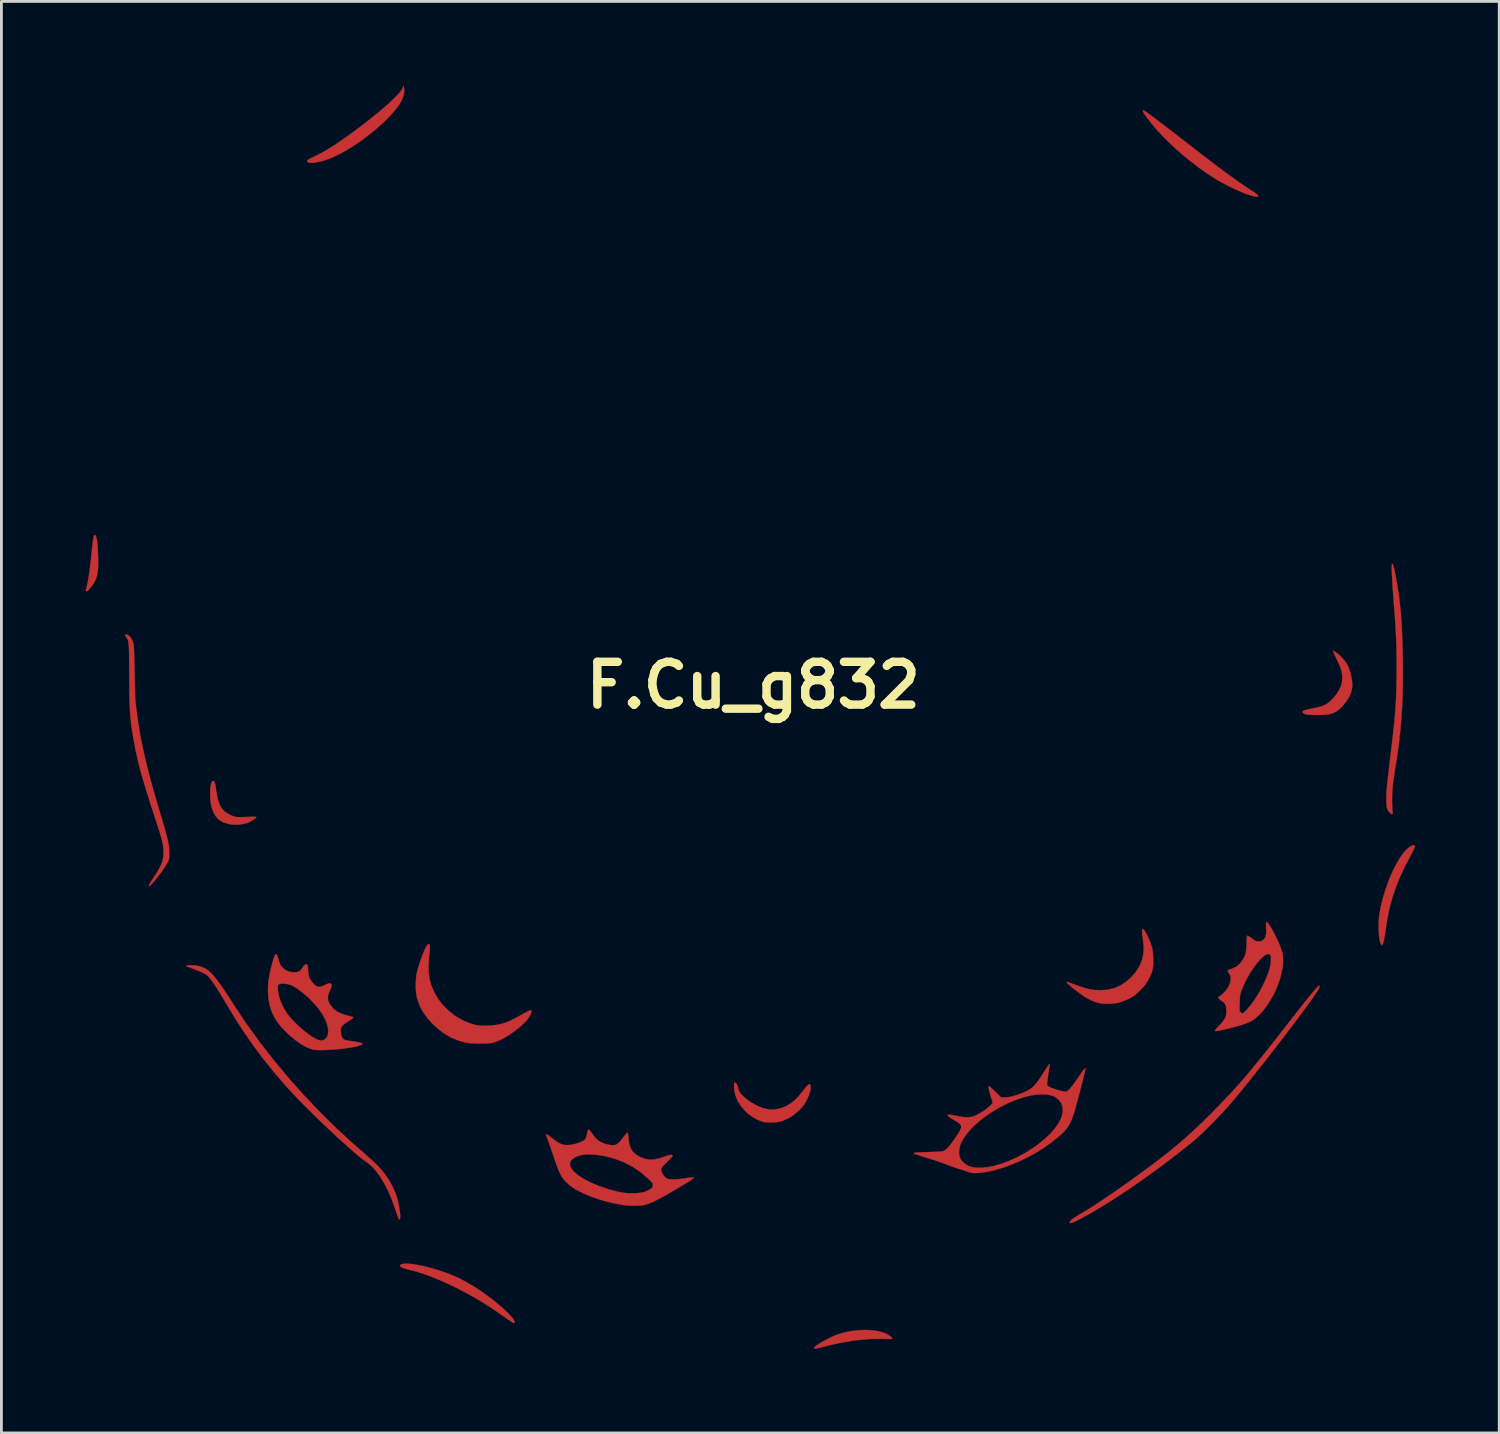
<source format=kicad_pcb>
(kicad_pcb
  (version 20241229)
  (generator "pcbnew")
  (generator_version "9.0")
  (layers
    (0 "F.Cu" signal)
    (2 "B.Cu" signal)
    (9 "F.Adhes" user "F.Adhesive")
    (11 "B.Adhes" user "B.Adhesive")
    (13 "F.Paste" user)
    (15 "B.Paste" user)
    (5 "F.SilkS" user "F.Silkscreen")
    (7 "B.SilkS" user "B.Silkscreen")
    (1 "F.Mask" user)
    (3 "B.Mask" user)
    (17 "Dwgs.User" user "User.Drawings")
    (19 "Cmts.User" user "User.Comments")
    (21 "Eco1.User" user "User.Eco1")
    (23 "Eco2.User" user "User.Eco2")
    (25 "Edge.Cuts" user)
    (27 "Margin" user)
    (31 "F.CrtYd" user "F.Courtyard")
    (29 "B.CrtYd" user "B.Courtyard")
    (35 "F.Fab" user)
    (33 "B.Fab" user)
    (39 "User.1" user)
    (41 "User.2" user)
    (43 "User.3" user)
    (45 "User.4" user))
  (footprint "F.Cu_g832"
    (layer "F.Cu")
    (at 23.775 21.352)
    (property "Reference" "F.Cu_g832" (at 0 0 0) (layer "F.SilkS") (effects (font (size 1.524 1.524) (thickness 0.3))))
    (attr through_hole)
    (fp_poly (pts (xy 4.216 22.969) (xy 4.433 22.999) (xy 4.625 23.049) (xy 4.71 23.082) (xy 4.786 23.121) (xy 4.858 23.168) (xy 4.915 23.214) (xy 4.948 23.253) (xy 4.953 23.267) (xy 4.935 23.277) (xy 4.882 23.281) (xy 4.79 23.281) (xy 4.657 23.276) (xy 4.651 23.276) (xy 4.308 23.274) (xy 3.937 23.296) (xy 3.543 23.342) (xy 3.132 23.411) (xy 2.71 23.503) (xy 2.485 23.56) (xy 2.356 23.593) (xy 2.263 23.613) (xy 2.202 23.62) (xy 2.17 23.616) (xy 2.163 23.599) (xy 2.164 23.596) (xy 2.191 23.56) (xy 2.251 23.511) (xy 2.337 23.453) (xy 2.443 23.389) (xy 2.562 23.322) (xy 2.688 23.257) (xy 2.815 23.197) (xy 2.936 23.145) (xy 3.01 23.117) (xy 3.241 23.049) (xy 3.485 22.999) (xy 3.734 22.97) (xy 3.98 22.959) (xy 4.216 22.969)) (stroke (width 0.01) (type solid)) (fill yes) (layer "F.Cu"))
    (fp_poly (pts (xy -23.422 -5.334) (xy -23.397 -5.272) (xy -23.375 -5.17) (xy -23.357 -5.03) (xy -23.343 -4.852) (xy -23.333 -4.637) (xy -23.332 -4.614) (xy -23.328 -4.406) (xy -23.33 -4.232) (xy -23.34 -4.088) (xy -23.357 -3.966) (xy -23.383 -3.859) (xy -23.419 -3.762) (xy -23.442 -3.712) (xy -23.486 -3.633) (xy -23.542 -3.551) (xy -23.602 -3.473) (xy -23.66 -3.407) (xy -23.71 -3.362) (xy -23.745 -3.344) (xy -23.745 -3.344) (xy -23.766 -3.362) (xy -23.77 -3.384) (xy -23.763 -3.429) (xy -23.746 -3.491) (xy -23.74 -3.51) (xy -23.716 -3.595) (xy -23.69 -3.72) (xy -23.663 -3.88) (xy -23.636 -4.073) (xy -23.608 -4.295) (xy -23.581 -4.543) (xy -23.569 -4.655) (xy -23.549 -4.854) (xy -23.531 -5.014) (xy -23.515 -5.139) (xy -23.5 -5.232) (xy -23.486 -5.297) (xy -23.472 -5.336) (xy -23.458 -5.353) (xy -23.451 -5.355) (xy -23.422 -5.334)) (stroke (width 0.01) (type solid)) (fill yes) (layer "F.Cu"))
    (fp_poly (pts (xy 23.54 5.698) (xy 23.558 5.732) (xy 23.558 5.741) (xy 23.549 5.777) (xy 23.521 5.841) (xy 23.481 5.925) (xy 23.431 6.02) (xy 23.419 6.043) (xy 23.204 6.453) (xy 23.022 6.846) (xy 22.869 7.231) (xy 22.743 7.613) (xy 22.643 8.002) (xy 22.564 8.403) (xy 22.521 8.69) (xy 22.494 8.88) (xy 22.468 9.033) (xy 22.442 9.149) (xy 22.417 9.225) (xy 22.394 9.261) (xy 22.394 9.261) (xy 22.373 9.252) (xy 22.348 9.214) (xy 22.34 9.197) (xy 22.312 9.103) (xy 22.291 8.977) (xy 22.276 8.826) (xy 22.269 8.66) (xy 22.27 8.488) (xy 22.278 8.32) (xy 22.295 8.163) (xy 22.3 8.128) (xy 22.351 7.862) (xy 22.419 7.588) (xy 22.502 7.312) (xy 22.596 7.041) (xy 22.7 6.779) (xy 22.812 6.535) (xy 22.928 6.313) (xy 23.046 6.119) (xy 23.163 5.96) (xy 23.193 5.925) (xy 23.283 5.834) (xy 23.366 5.763) (xy 23.44 5.716) (xy 23.499 5.693) (xy 23.54 5.698)) (stroke (width 0.01) (type solid)) (fill yes) (layer "F.Cu"))
    (fp_poly (pts (xy 13.933 -20.453) (xy 13.972 -20.43) (xy 14.043 -20.38) (xy 14.148 -20.304) (xy 14.285 -20.201) (xy 14.455 -20.072) (xy 14.659 -19.916) (xy 14.895 -19.734) (xy 15.164 -19.526) (xy 15.325 -19.401) (xy 15.667 -19.136) (xy 15.978 -18.896) (xy 16.262 -18.679) (xy 16.52 -18.484) (xy 16.754 -18.309) (xy 16.968 -18.151) (xy 17.163 -18.011) (xy 17.342 -17.885) (xy 17.507 -17.772) (xy 17.66 -17.67) (xy 17.764 -17.603) (xy 17.876 -17.528) (xy 17.95 -17.47) (xy 17.985 -17.43) (xy 17.981 -17.406) (xy 17.938 -17.399) (xy 17.857 -17.409) (xy 17.769 -17.428) (xy 17.638 -17.467) (xy 17.479 -17.525) (xy 17.301 -17.599) (xy 17.111 -17.685) (xy 16.917 -17.779) (xy 16.727 -17.878) (xy 16.549 -17.978) (xy 16.508 -18.003) (xy 16.187 -18.208) (xy 15.866 -18.434) (xy 15.548 -18.677) (xy 15.24 -18.932) (xy 14.945 -19.195) (xy 14.668 -19.462) (xy 14.415 -19.729) (xy 14.189 -19.991) (xy 13.995 -20.244) (xy 13.917 -20.357) (xy 13.88 -20.423) (xy 13.874 -20.459) (xy 13.898 -20.465) (xy 13.933 -20.453)) (stroke (width 0.01) (type solid)) (fill yes) (layer "F.Cu"))
    (fp_poly (pts (xy -12.435 -21.266) (xy -12.427 -21.141) (xy -12.45 -21.009) (xy -12.507 -20.86) (xy -12.514 -20.845) (xy -12.605 -20.685) (xy -12.73 -20.512) (xy -12.886 -20.33) (xy -13.068 -20.14) (xy -13.271 -19.948) (xy -13.492 -19.757) (xy -13.726 -19.569) (xy -13.969 -19.389) (xy -14.217 -19.22) (xy -14.465 -19.065) (xy -14.709 -18.929) (xy -14.945 -18.813) (xy -15.06 -18.764) (xy -15.21 -18.709) (xy -15.358 -18.665) (xy -15.499 -18.632) (xy -15.627 -18.611) (xy -15.736 -18.603) (xy -15.819 -18.61) (xy -15.869 -18.631) (xy -15.874 -18.636) (xy -15.889 -18.673) (xy -15.885 -18.692) (xy -15.86 -18.71) (xy -15.806 -18.741) (xy -15.73 -18.78) (xy -15.655 -18.816) (xy -15.478 -18.903) (xy -15.299 -19) (xy -15.114 -19.109) (xy -14.917 -19.233) (xy -14.705 -19.375) (xy -14.473 -19.538) (xy -14.215 -19.726) (xy -14.097 -19.813) (xy -13.848 -20.003) (xy -13.611 -20.188) (xy -13.39 -20.367) (xy -13.188 -20.538) (xy -13.005 -20.698) (xy -12.846 -20.846) (xy -12.713 -20.978) (xy -12.607 -21.093) (xy -12.532 -21.188) (xy -12.494 -21.251) (xy -12.45 -21.347) (xy -12.435 -21.266)) (stroke (width 0.01) (type solid)) (fill yes) (layer "F.Cu"))
    (fp_poly (pts (xy -19.206 3.416) (xy -19.187 3.443) (xy -19.169 3.495) (xy -19.152 3.577) (xy -19.134 3.693) (xy -19.124 3.768) (xy -19.084 3.998) (xy -19.03 4.188) (xy -18.961 4.338) (xy -18.934 4.381) (xy -18.855 4.468) (xy -18.746 4.552) (xy -18.619 4.623) (xy -18.531 4.659) (xy -18.481 4.676) (xy -18.434 4.687) (xy -18.383 4.694) (xy -18.318 4.697) (xy -18.231 4.696) (xy -18.114 4.693) (xy -18.05 4.69) (xy -17.903 4.686) (xy -17.796 4.685) (xy -17.728 4.688) (xy -17.698 4.695) (xy -17.695 4.699) (xy -17.713 4.723) (xy -17.759 4.76) (xy -17.823 4.803) (xy -17.896 4.846) (xy -17.968 4.884) (xy -18.03 4.909) (xy -18.043 4.913) (xy -18.218 4.95) (xy -18.397 4.966) (xy -18.56 4.962) (xy -18.574 4.96) (xy -18.724 4.93) (xy -18.872 4.88) (xy -18.924 4.856) (xy -19.051 4.77) (xy -19.155 4.649) (xy -19.238 4.496) (xy -19.298 4.312) (xy -19.333 4.1) (xy -19.343 3.862) (xy -19.342 3.81) (xy -19.333 3.653) (xy -19.316 3.535) (xy -19.29 3.456) (xy -19.256 3.415) (xy -19.229 3.408) (xy -19.206 3.416)) (stroke (width 0.01) (type solid)) (fill yes) (layer "F.Cu"))
    (fp_poly (pts (xy -12.297 20.598) (xy -12.151 20.611) (xy -11.983 20.637) (xy -11.798 20.673) (xy -11.601 20.72) (xy -11.396 20.776) (xy -11.187 20.839) (xy -10.98 20.909) (xy -10.777 20.986) (xy -10.585 21.067) (xy -10.439 21.135) (xy -10.212 21.257) (xy -9.966 21.403) (xy -9.714 21.566) (xy -9.466 21.741) (xy -9.233 21.918) (xy -9.215 21.933) (xy -9.058 22.063) (xy -8.915 22.188) (xy -8.789 22.305) (xy -8.682 22.413) (xy -8.597 22.508) (xy -8.535 22.588) (xy -8.499 22.65) (xy -8.491 22.692) (xy -8.513 22.711) (xy -8.525 22.712) (xy -8.553 22.7) (xy -8.609 22.666) (xy -8.688 22.616) (xy -8.784 22.551) (xy -8.89 22.477) (xy -8.911 22.462) (xy -9.145 22.298) (xy -9.359 22.154) (xy -9.569 22.02) (xy -9.787 21.888) (xy -9.988 21.771) (xy -10.283 21.608) (xy -10.584 21.453) (xy -10.885 21.309) (xy -11.18 21.178) (xy -11.464 21.062) (xy -11.73 20.964) (xy -11.972 20.888) (xy -12.129 20.847) (xy -12.293 20.806) (xy -12.419 20.769) (xy -12.506 20.736) (xy -12.557 20.706) (xy -12.558 20.705) (xy -12.583 20.676) (xy -12.575 20.652) (xy -12.564 20.641) (xy -12.508 20.612) (xy -12.418 20.598) (xy -12.297 20.598)) (stroke (width 0.01) (type solid)) (fill yes) (layer "F.Cu"))
    (fp_poly (pts (xy -0.636 14.153) (xy -0.617 14.168) (xy -0.578 14.226) (xy -0.542 14.325) (xy -0.519 14.422) (xy -0.49 14.483) (xy -0.432 14.56) (xy -0.348 14.645) (xy -0.246 14.733) (xy -0.131 14.818) (xy -0.095 14.842) (xy 0.125 14.969) (xy 0.335 15.056) (xy 0.537 15.103) (xy 0.732 15.111) (xy 0.923 15.08) (xy 0.984 15.061) (xy 1.176 14.984) (xy 1.343 14.886) (xy 1.495 14.761) (xy 1.641 14.603) (xy 1.689 14.542) (xy 1.793 14.411) (xy 1.878 14.31) (xy 1.944 14.242) (xy 1.989 14.207) (xy 2.003 14.203) (xy 2.026 14.221) (xy 2.041 14.261) (xy 2.045 14.353) (xy 2.022 14.471) (xy 1.976 14.61) (xy 1.912 14.753) (xy 1.86 14.854) (xy 1.808 14.936) (xy 1.748 15.013) (xy 1.669 15.098) (xy 1.632 15.135) (xy 1.467 15.281) (xy 1.296 15.395) (xy 1.105 15.486) (xy 1.021 15.518) (xy 0.913 15.546) (xy 0.781 15.564) (xy 0.639 15.572) (xy 0.501 15.57) (xy 0.383 15.556) (xy 0.342 15.547) (xy 0.148 15.473) (xy -0.043 15.365) (xy -0.218 15.23) (xy -0.274 15.177) (xy -0.436 14.991) (xy -0.558 14.796) (xy -0.639 14.594) (xy -0.679 14.386) (xy -0.683 14.322) (xy -0.684 14.226) (xy -0.677 14.169) (xy -0.662 14.146) (xy -0.636 14.153)) (stroke (width 0.01) (type solid)) (fill yes) (layer "F.Cu"))
    (fp_poly (pts (xy 20.671 -1.219) (xy 20.719 -1.191) (xy 20.785 -1.142) (xy 20.862 -1.079) (xy 20.944 -1.005) (xy 20.966 -0.984) (xy 21.091 -0.835) (xy 21.191 -0.653) (xy 21.266 -0.441) (xy 21.315 -0.204) (xy 21.328 -0.088) (xy 21.327 0.081) (xy 21.295 0.242) (xy 21.229 0.402) (xy 21.127 0.564) (xy 20.988 0.734) (xy 20.959 0.764) (xy 20.87 0.854) (xy 20.782 0.923) (xy 20.69 0.976) (xy 20.586 1.013) (xy 20.464 1.038) (xy 20.317 1.052) (xy 20.137 1.057) (xy 20.046 1.057) (xy 19.903 1.056) (xy 19.796 1.051) (xy 19.718 1.043) (xy 19.662 1.032) (xy 19.637 1.023) (xy 19.578 0.988) (xy 19.558 0.951) (xy 19.566 0.929) (xy 19.594 0.909) (xy 19.646 0.888) (xy 19.727 0.865) (xy 19.84 0.839) (xy 19.989 0.809) (xy 20.012 0.804) (xy 20.178 0.766) (xy 20.312 0.721) (xy 20.425 0.662) (xy 20.525 0.587) (xy 20.584 0.531) (xy 20.68 0.429) (xy 20.754 0.338) (xy 20.817 0.243) (xy 20.88 0.128) (xy 20.886 0.116) (xy 20.925 0.036) (xy 20.949 -0.031) (xy 20.963 -0.103) (xy 20.97 -0.195) (xy 20.972 -0.222) (xy 20.972 -0.332) (xy 20.961 -0.438) (xy 20.935 -0.548) (xy 20.894 -0.669) (xy 20.834 -0.809) (xy 20.753 -0.976) (xy 20.709 -1.066) (xy 20.674 -1.143) (xy 20.652 -1.197) (xy 20.646 -1.222) (xy 20.646 -1.222) (xy 20.671 -1.219)) (stroke (width 0.01) (type solid)) (fill yes) (layer "F.Cu"))
    (fp_poly (pts (xy 13.908 8.705) (xy 13.948 8.761) (xy 13.995 8.842) (xy 14.046 8.942) (xy 14.096 9.053) (xy 14.142 9.168) (xy 14.163 9.229) (xy 14.192 9.316) (xy 14.211 9.39) (xy 14.224 9.464) (xy 14.233 9.55) (xy 14.238 9.659) (xy 14.241 9.729) (xy 14.243 9.884) (xy 14.238 10.009) (xy 14.222 10.116) (xy 14.193 10.218) (xy 14.148 10.327) (xy 14.085 10.456) (xy 14.079 10.467) (xy 14.026 10.563) (xy 13.969 10.648) (xy 13.9 10.733) (xy 13.81 10.829) (xy 13.78 10.86) (xy 13.688 10.951) (xy 13.613 11.018) (xy 13.543 11.07) (xy 13.468 11.116) (xy 13.377 11.162) (xy 13.27 11.211) (xy 13.155 11.256) (xy 13.048 11.292) (xy 13.009 11.303) (xy 12.864 11.33) (xy 12.702 11.343) (xy 12.537 11.343) (xy 12.384 11.33) (xy 12.266 11.306) (xy 12.118 11.256) (xy 11.971 11.189) (xy 11.817 11.103) (xy 11.652 10.992) (xy 11.469 10.855) (xy 11.361 10.768) (xy 11.261 10.684) (xy 11.194 10.623) (xy 11.159 10.584) (xy 11.154 10.565) (xy 11.164 10.562) (xy 11.186 10.569) (xy 11.24 10.587) (xy 11.317 10.615) (xy 11.411 10.648) (xy 11.412 10.649) (xy 11.601 10.715) (xy 11.758 10.766) (xy 11.892 10.805) (xy 12.011 10.831) (xy 12.122 10.848) (xy 12.235 10.857) (xy 12.356 10.86) (xy 12.379 10.86) (xy 12.628 10.842) (xy 12.859 10.786) (xy 13.073 10.693) (xy 13.275 10.561) (xy 13.452 10.404) (xy 13.623 10.209) (xy 13.753 10.003) (xy 13.843 9.786) (xy 13.893 9.555) (xy 13.904 9.309) (xy 13.876 9.047) (xy 13.875 9.038) (xy 13.852 8.891) (xy 13.843 8.783) (xy 13.848 8.714) (xy 13.866 8.683) (xy 13.879 8.682) (xy 13.908 8.705)) (stroke (width 0.01) (type solid)) (fill yes) (layer "F.Cu"))
    (fp_poly (pts (xy -11.537 9.214) (xy -11.523 9.243) (xy -11.517 9.3) (xy -11.519 9.389) (xy -11.528 9.513) (xy -11.545 9.675) (xy -11.55 9.716) (xy -11.569 9.983) (xy -11.564 10.225) (xy -11.531 10.452) (xy -11.472 10.673) (xy -11.47 10.679) (xy -11.361 10.938) (xy -11.216 11.183) (xy -11.038 11.408) (xy -10.831 11.61) (xy -10.6 11.786) (xy -10.349 11.931) (xy -10.081 12.043) (xy -9.921 12.09) (xy -9.842 12.108) (xy -9.769 12.12) (xy -9.691 12.126) (xy -9.595 12.127) (xy -9.47 12.123) (xy -9.452 12.123) (xy -9.285 12.113) (xy -9.133 12.094) (xy -8.989 12.065) (xy -8.847 12.022) (xy -8.697 11.963) (xy -8.534 11.886) (xy -8.35 11.788) (xy -8.2 11.703) (xy -8.104 11.65) (xy -8.021 11.607) (xy -7.957 11.579) (xy -7.92 11.567) (xy -7.915 11.568) (xy -7.899 11.601) (xy -7.908 11.66) (xy -7.939 11.737) (xy -7.99 11.826) (xy -7.991 11.827) (xy -8.088 11.951) (xy -8.214 12.081) (xy -8.364 12.212) (xy -8.528 12.339) (xy -8.701 12.456) (xy -8.876 12.561) (xy -9.045 12.646) (xy -9.201 12.708) (xy -9.335 12.742) (xy -9.436 12.753) (xy -9.566 12.759) (xy -9.712 12.761) (xy -9.861 12.759) (xy -10.003 12.753) (xy -10.126 12.743) (xy -10.21 12.731) (xy -10.49 12.657) (xy -10.749 12.552) (xy -10.993 12.41) (xy -11.17 12.28) (xy -11.408 12.069) (xy -11.605 11.854) (xy -11.763 11.632) (xy -11.884 11.4) (xy -11.968 11.158) (xy -11.979 11.113) (xy -12.008 10.945) (xy -12.021 10.754) (xy -12.019 10.554) (xy -12.002 10.363) (xy -11.989 10.284) (xy -11.963 10.165) (xy -11.926 10.031) (xy -11.881 9.888) (xy -11.831 9.743) (xy -11.778 9.603) (xy -11.726 9.475) (xy -11.676 9.367) (xy -11.632 9.284) (xy -11.595 9.235) (xy -11.591 9.23) (xy -11.56 9.211) (xy -11.537 9.214)) (stroke (width 0.01) (type solid)) (fill yes) (layer "F.Cu"))
    (fp_poly (pts (xy 22.764 -4.325) (xy 22.778 -4.304) (xy 22.794 -4.258) (xy 22.814 -4.183) (xy 22.838 -4.074) (xy 22.867 -3.929) (xy 22.872 -3.905) (xy 22.931 -3.578) (xy 22.982 -3.248) (xy 23.024 -2.908) (xy 23.059 -2.554) (xy 23.086 -2.18) (xy 23.107 -1.78) (xy 23.121 -1.349) (xy 23.129 -0.953) (xy 23.132 -0.476) (xy 23.13 -0.034) (xy 23.121 0.381) (xy 23.105 0.777) (xy 23.081 1.16) (xy 23.048 1.538) (xy 23.008 1.919) (xy 22.958 2.311) (xy 22.898 2.719) (xy 22.881 2.826) (xy 22.857 2.984) (xy 22.833 3.14) (xy 22.812 3.285) (xy 22.793 3.411) (xy 22.78 3.51) (xy 22.774 3.552) (xy 22.763 3.677) (xy 22.754 3.824) (xy 22.749 3.98) (xy 22.747 4.135) (xy 22.75 4.278) (xy 22.756 4.398) (xy 22.762 4.461) (xy 22.77 4.543) (xy 22.762 4.587) (xy 22.736 4.592) (xy 22.691 4.561) (xy 22.652 4.523) (xy 22.611 4.475) (xy 22.582 4.422) (xy 22.562 4.358) (xy 22.55 4.274) (xy 22.544 4.162) (xy 22.543 4.032) (xy 22.543 3.968) (xy 22.545 3.901) (xy 22.549 3.828) (xy 22.554 3.745) (xy 22.562 3.65) (xy 22.573 3.538) (xy 22.587 3.405) (xy 22.604 3.25) (xy 22.625 3.068) (xy 22.65 2.856) (xy 22.679 2.61) (xy 22.713 2.327) (xy 22.731 2.18) (xy 22.773 1.827) (xy 22.808 1.508) (xy 22.837 1.215) (xy 22.861 0.939) (xy 22.879 0.674) (xy 22.892 0.412) (xy 22.902 0.144) (xy 22.907 -0.138) (xy 22.91 -0.441) (xy 22.91 -0.603) (xy 22.91 -0.841) (xy 22.908 -1.055) (xy 22.905 -1.254) (xy 22.901 -1.442) (xy 22.894 -1.628) (xy 22.886 -1.818) (xy 22.875 -2.018) (xy 22.861 -2.236) (xy 22.844 -2.477) (xy 22.823 -2.749) (xy 22.807 -2.964) (xy 22.784 -3.27) (xy 22.765 -3.538) (xy 22.751 -3.769) (xy 22.742 -3.96) (xy 22.737 -4.112) (xy 22.736 -4.225) (xy 22.741 -4.296) (xy 22.749 -4.326) (xy 22.75 -4.326) (xy 22.764 -4.325)) (stroke (width 0.01) (type solid)) (fill yes) (layer "F.Cu"))
    (fp_poly (pts (xy 20.165 10.703) (xy 20.162 10.736) (xy 20.143 10.789) (xy 20.133 10.809) (xy 20.092 10.881) (xy 20.026 10.983) (xy 19.937 11.112) (xy 19.828 11.266) (xy 19.7 11.443) (xy 19.556 11.64) (xy 19.397 11.854) (xy 19.225 12.082) (xy 19.043 12.322) (xy 18.853 12.571) (xy 18.656 12.827) (xy 18.454 13.086) (xy 18.25 13.348) (xy 18.046 13.607) (xy 17.843 13.863) (xy 17.643 14.112) (xy 17.449 14.352) (xy 17.263 14.58) (xy 17.138 14.732) (xy 16.996 14.898) (xy 16.836 15.078) (xy 16.663 15.265) (xy 16.484 15.454) (xy 16.303 15.64) (xy 16.126 15.816) (xy 15.958 15.978) (xy 15.804 16.119) (xy 15.671 16.235) (xy 15.642 16.259) (xy 15.202 16.61) (xy 14.756 16.953) (xy 14.31 17.286) (xy 13.867 17.604) (xy 13.431 17.906) (xy 13.006 18.19) (xy 12.596 18.452) (xy 12.204 18.689) (xy 11.835 18.9) (xy 11.629 19.011) (xy 11.497 19.078) (xy 11.398 19.123) (xy 11.328 19.148) (xy 11.284 19.153) (xy 11.263 19.14) (xy 11.261 19.125) (xy 11.28 19.087) (xy 11.336 19.034) (xy 11.427 18.966) (xy 11.551 18.885) (xy 11.705 18.794) (xy 11.863 18.701) (xy 12.049 18.584) (xy 12.261 18.447) (xy 12.492 18.293) (xy 12.74 18.125) (xy 12.999 17.946) (xy 13.266 17.758) (xy 13.535 17.566) (xy 13.804 17.371) (xy 14.067 17.177) (xy 14.32 16.987) (xy 14.559 16.805) (xy 14.732 16.67) (xy 15.135 16.34) (xy 15.545 15.98) (xy 15.965 15.588) (xy 16.396 15.161) (xy 16.841 14.699) (xy 17.115 14.404) (xy 17.256 14.248) (xy 17.403 14.081) (xy 17.558 13.901) (xy 17.723 13.704) (xy 17.901 13.489) (xy 18.093 13.252) (xy 18.302 12.99) (xy 18.529 12.702) (xy 18.778 12.384) (xy 18.969 12.139) (xy 19.181 11.867) (xy 19.368 11.628) (xy 19.532 11.419) (xy 19.675 11.24) (xy 19.796 11.089) (xy 19.898 10.965) (xy 19.982 10.867) (xy 20.049 10.792) (xy 20.099 10.74) (xy 20.135 10.709) (xy 20.156 10.698) (xy 20.165 10.703)) (stroke (width 0.01) (type solid)) (fill yes) (layer "F.Cu"))
    (fp_poly (pts (xy -19.961 9.973) (xy -19.87 9.98) (xy -19.787 9.992) (xy -19.737 10.002) (xy -19.65 10.028) (xy -19.569 10.06) (xy -19.491 10.102) (xy -19.413 10.156) (xy -19.334 10.224) (xy -19.25 10.31) (xy -19.16 10.415) (xy -19.061 10.544) (xy -18.951 10.697) (xy -18.827 10.878) (xy -18.687 11.09) (xy -18.529 11.334) (xy -18.479 11.413) (xy -18.05 12.056) (xy -17.584 12.7) (xy -17.086 13.341) (xy -16.559 13.974) (xy -16.008 14.593) (xy -15.438 15.193) (xy -14.854 15.77) (xy -14.259 16.317) (xy -13.998 16.544) (xy -13.872 16.654) (xy -13.745 16.766) (xy -13.625 16.873) (xy -13.519 16.971) (xy -13.434 17.051) (xy -13.391 17.093) (xy -13.175 17.337) (xy -12.987 17.599) (xy -12.833 17.873) (xy -12.716 18.152) (xy -12.702 18.193) (xy -12.669 18.311) (xy -12.637 18.449) (xy -12.609 18.596) (xy -12.588 18.736) (xy -12.575 18.858) (xy -12.573 18.919) (xy -12.579 18.981) (xy -12.594 19.017) (xy -12.614 19.021) (xy -12.625 19.009) (xy -12.636 18.983) (xy -12.657 18.923) (xy -12.688 18.837) (xy -12.724 18.731) (xy -12.765 18.611) (xy -12.877 18.304) (xy -13 18.019) (xy -13.13 17.759) (xy -13.267 17.528) (xy -13.408 17.329) (xy -13.551 17.164) (xy -13.695 17.038) (xy -13.734 17.01) (xy -13.842 16.933) (xy -13.977 16.828) (xy -14.133 16.698) (xy -14.309 16.547) (xy -14.5 16.378) (xy -14.704 16.195) (xy -14.917 15.999) (xy -15.135 15.794) (xy -15.356 15.584) (xy -15.576 15.372) (xy -15.791 15.161) (xy -15.998 14.953) (xy -16.194 14.752) (xy -16.376 14.562) (xy -16.54 14.385) (xy -16.619 14.298) (xy -17.039 13.812) (xy -17.427 13.332) (xy -17.789 12.849) (xy -18.134 12.354) (xy -18.468 11.836) (xy -18.689 11.472) (xy -18.829 11.237) (xy -18.951 11.035) (xy -19.055 10.865) (xy -19.146 10.722) (xy -19.224 10.605) (xy -19.291 10.509) (xy -19.351 10.433) (xy -19.404 10.373) (xy -19.453 10.326) (xy -19.501 10.289) (xy -19.548 10.26) (xy -19.564 10.252) (xy -19.61 10.231) (xy -19.682 10.201) (xy -19.772 10.165) (xy -19.87 10.126) (xy -19.967 10.089) (xy -20.057 10.055) (xy -20.129 10.029) (xy -20.175 10.014) (xy -20.186 10.012) (xy -20.193 9.995) (xy -20.193 9.991) (xy -20.174 9.979) (xy -20.122 9.972) (xy -20.048 9.97) (xy -19.961 9.973)) (stroke (width 0.01) (type solid)) (fill yes) (layer "F.Cu"))
    (fp_poly (pts (xy -22.304 -1.81) (xy -22.242 -1.774) (xy -22.18 -1.707) (xy -22.125 -1.619) (xy -22.087 -1.529) (xy -22.078 -1.495) (xy -22.07 -1.453) (xy -22.063 -1.401) (xy -22.058 -1.333) (xy -22.053 -1.247) (xy -22.048 -1.137) (xy -22.044 -1) (xy -22.04 -0.831) (xy -22.036 -0.627) (xy -22.034 -0.476) (xy -22.03 -0.278) (xy -22.026 -0.09) (xy -22.022 0.083) (xy -22.018 0.237) (xy -22.014 0.366) (xy -22.01 0.465) (xy -22.007 0.53) (xy -22.005 0.55) (xy -21.998 0.608) (xy -21.987 0.695) (xy -21.974 0.803) (xy -21.961 0.917) (xy -21.959 0.931) (xy -21.916 1.263) (xy -21.862 1.605) (xy -21.797 1.959) (xy -21.72 2.33) (xy -21.629 2.721) (xy -21.525 3.136) (xy -21.406 3.579) (xy -21.272 4.052) (xy -21.121 4.561) (xy -21.111 4.593) (xy -21.037 4.839) (xy -20.975 5.049) (xy -20.925 5.228) (xy -20.884 5.38) (xy -20.853 5.51) (xy -20.83 5.622) (xy -20.814 5.721) (xy -20.804 5.811) (xy -20.799 5.897) (xy -20.798 5.948) (xy -20.798 6.055) (xy -20.801 6.131) (xy -20.808 6.187) (xy -20.822 6.234) (xy -20.845 6.284) (xy -20.86 6.313) (xy -20.92 6.418) (xy -21.002 6.543) (xy -21.098 6.68) (xy -21.201 6.817) (xy -21.304 6.944) (xy -21.335 6.981) (xy -21.414 7.069) (xy -21.471 7.125) (xy -21.507 7.15) (xy -21.524 7.145) (xy -21.526 7.131) (xy -21.515 7.105) (xy -21.484 7.05) (xy -21.437 6.975) (xy -21.379 6.885) (xy -21.348 6.838) (xy -21.232 6.659) (xy -21.143 6.504) (xy -21.077 6.364) (xy -21.034 6.234) (xy -21.009 6.106) (xy -21.001 5.973) (xy -21.004 5.863) (xy -21.009 5.795) (xy -21.016 5.729) (xy -21.026 5.662) (xy -21.041 5.588) (xy -21.061 5.503) (xy -21.089 5.403) (xy -21.124 5.283) (xy -21.169 5.139) (xy -21.224 4.967) (xy -21.291 4.761) (xy -21.336 4.625) (xy -21.455 4.26) (xy -21.56 3.929) (xy -21.653 3.628) (xy -21.735 3.352) (xy -21.807 3.096) (xy -21.871 2.855) (xy -21.928 2.623) (xy -21.978 2.397) (xy -22.025 2.17) (xy -22.067 1.939) (xy -22.108 1.698) (xy -22.13 1.556) (xy -22.151 1.408) (xy -22.169 1.25) (xy -22.184 1.079) (xy -22.196 0.89) (xy -22.206 0.68) (xy -22.214 0.444) (xy -22.219 0.179) (xy -22.222 -0.12) (xy -22.224 -0.456) (xy -22.224 -0.55) (xy -22.225 -0.791) (xy -22.226 -0.994) (xy -22.229 -1.162) (xy -22.233 -1.299) (xy -22.239 -1.408) (xy -22.248 -1.495) (xy -22.259 -1.561) (xy -22.272 -1.612) (xy -22.289 -1.65) (xy -22.309 -1.681) (xy -22.322 -1.696) (xy -22.359 -1.747) (xy -22.366 -1.788) (xy -22.346 -1.812) (xy -22.304 -1.81)) (stroke (width 0.01) (type solid)) (fill yes) (layer "F.Cu"))
    (fp_poly (pts (xy 18.305 8.443) (xy 18.344 8.489) (xy 18.394 8.562) (xy 18.451 8.658) (xy 18.514 8.769) (xy 18.578 8.891) (xy 18.641 9.019) (xy 18.7 9.145) (xy 18.751 9.265) (xy 18.792 9.374) (xy 18.799 9.394) (xy 18.832 9.499) (xy 18.852 9.584) (xy 18.863 9.667) (xy 18.866 9.767) (xy 18.867 9.821) (xy 18.851 10.037) (xy 18.809 10.267) (xy 18.742 10.503) (xy 18.654 10.741) (xy 18.547 10.976) (xy 18.425 11.2) (xy 18.29 11.41) (xy 18.146 11.598) (xy 17.996 11.76) (xy 17.843 11.89) (xy 17.724 11.965) (xy 17.599 12.021) (xy 17.439 12.08) (xy 17.247 12.139) (xy 17.03 12.198) (xy 16.793 12.253) (xy 16.792 12.253) (xy 16.668 12.28) (xy 16.579 12.299) (xy 16.519 12.311) (xy 16.481 12.316) (xy 16.459 12.316) (xy 16.447 12.311) (xy 16.44 12.305) (xy 16.448 12.285) (xy 16.481 12.242) (xy 16.533 12.182) (xy 16.596 12.114) (xy 16.694 12.007) (xy 16.764 11.917) (xy 16.809 11.836) (xy 16.835 11.753) (xy 16.847 11.659) (xy 16.848 11.599) (xy 16.843 11.517) (xy 17.314 11.517) (xy 17.316 11.572) (xy 17.322 11.606) (xy 17.333 11.628) (xy 17.35 11.643) (xy 17.359 11.649) (xy 17.401 11.675) (xy 17.428 11.684) (xy 17.45 11.67) (xy 17.493 11.631) (xy 17.551 11.576) (xy 17.583 11.543) (xy 17.703 11.404) (xy 17.828 11.233) (xy 17.953 11.039) (xy 18.074 10.829) (xy 18.184 10.613) (xy 18.28 10.399) (xy 18.354 10.202) (xy 18.39 10.077) (xy 18.416 9.95) (xy 18.432 9.829) (xy 18.436 9.723) (xy 18.428 9.644) (xy 18.417 9.613) (xy 18.377 9.574) (xy 18.321 9.569) (xy 18.251 9.597) (xy 18.17 9.653) (xy 18.08 9.734) (xy 17.984 9.839) (xy 17.885 9.963) (xy 17.785 10.103) (xy 17.687 10.256) (xy 17.592 10.42) (xy 17.505 10.592) (xy 17.427 10.767) (xy 17.407 10.816) (xy 17.376 10.899) (xy 17.354 10.967) (xy 17.339 11.031) (xy 17.33 11.102) (xy 17.324 11.192) (xy 17.319 11.312) (xy 17.319 11.316) (xy 17.315 11.434) (xy 17.314 11.517) (xy 16.843 11.517) (xy 16.841 11.473) (xy 16.815 11.378) (xy 16.767 11.305) (xy 16.692 11.247) (xy 16.682 11.24) (xy 16.614 11.194) (xy 16.569 11.151) (xy 16.553 11.117) (xy 16.567 11.098) (xy 16.619 11.068) (xy 16.687 11.014) (xy 16.76 10.946) (xy 16.827 10.873) (xy 16.879 10.807) (xy 16.938 10.699) (xy 16.981 10.587) (xy 17.003 10.48) (xy 17.002 10.392) (xy 16.998 10.377) (xy 16.971 10.309) (xy 16.935 10.247) (xy 16.905 10.2) (xy 16.891 10.167) (xy 16.891 10.164) (xy 16.91 10.148) (xy 16.959 10.126) (xy 17.029 10.101) (xy 17.038 10.098) (xy 17.186 10.032) (xy 17.316 9.927) (xy 17.427 9.784) (xy 17.456 9.737) (xy 17.504 9.638) (xy 17.537 9.533) (xy 17.557 9.412) (xy 17.567 9.265) (xy 17.568 9.165) (xy 17.57 9.061) (xy 17.576 8.981) (xy 17.584 8.932) (xy 17.59 8.921) (xy 17.617 8.926) (xy 17.666 8.952) (xy 17.723 8.991) (xy 17.807 9.052) (xy 17.87 9.092) (xy 17.922 9.113) (xy 17.973 9.122) (xy 18.009 9.123) (xy 18.106 9.104) (xy 18.183 9.051) (xy 18.236 8.966) (xy 18.263 8.853) (xy 18.266 8.766) (xy 18.263 8.675) (xy 18.261 8.585) (xy 18.259 8.532) (xy 18.262 8.472) (xy 18.274 8.436) (xy 18.28 8.431) (xy 18.305 8.443)) (stroke (width 0.01) (type solid)) (fill yes) (layer "F.Cu"))
    (fp_poly (pts (xy -16.97 9.593) (xy -16.944 9.647) (xy -16.916 9.735) (xy -16.89 9.836) (xy -16.84 9.96) (xy -16.756 10.066) (xy -16.646 10.148) (xy -16.518 10.203) (xy -16.378 10.223) (xy -16.371 10.223) (xy -16.265 10.218) (xy -16.188 10.197) (xy -16.128 10.155) (xy -16.073 10.086) (xy -16.063 10.071) (xy -15.999 9.984) (xy -15.947 9.938) (xy -15.906 9.933) (xy -15.876 9.968) (xy -15.859 10.044) (xy -15.854 10.148) (xy -15.841 10.301) (xy -15.8 10.432) (xy -15.725 10.553) (xy -15.654 10.634) (xy -15.584 10.698) (xy -15.521 10.734) (xy -15.455 10.743) (xy -15.375 10.725) (xy -15.272 10.682) (xy -15.259 10.676) (xy -15.17 10.637) (xy -15.11 10.616) (xy -15.071 10.612) (xy -15.053 10.618) (xy -15.021 10.653) (xy -15.015 10.703) (xy -15.034 10.776) (xy -15.08 10.874) (xy -15.135 11.008) (xy -15.153 11.131) (xy -15.134 11.248) (xy -15.076 11.366) (xy -14.978 11.489) (xy -14.972 11.495) (xy -14.884 11.577) (xy -14.788 11.642) (xy -14.672 11.695) (xy -14.528 11.741) (xy -14.464 11.757) (xy -14.377 11.78) (xy -14.307 11.799) (xy -14.262 11.813) (xy -14.252 11.818) (xy -14.248 11.838) (xy -14.271 11.865) (xy -14.324 11.904) (xy -14.413 11.958) (xy -14.413 11.958) (xy -14.493 12.01) (xy -14.568 12.066) (xy -14.621 12.116) (xy -14.623 12.118) (xy -14.663 12.169) (xy -14.682 12.217) (xy -14.689 12.281) (xy -14.689 12.314) (xy -14.679 12.421) (xy -14.652 12.516) (xy -14.648 12.524) (xy -14.626 12.567) (xy -14.598 12.599) (xy -14.559 12.622) (xy -14.499 12.641) (xy -14.413 12.658) (xy -14.293 12.676) (xy -14.277 12.678) (xy -14.122 12.702) (xy -14.01 12.724) (xy -13.94 12.745) (xy -13.912 12.765) (xy -13.912 12.771) (xy -13.941 12.799) (xy -14.007 12.827) (xy -14.105 12.855) (xy -14.228 12.882) (xy -14.372 12.907) (xy -14.532 12.93) (xy -14.701 12.951) (xy -14.874 12.968) (xy -15.047 12.981) (xy -15.213 12.989) (xy -15.367 12.993) (xy -15.504 12.99) (xy -15.618 12.982) (xy -15.704 12.967) (xy -15.706 12.966) (xy -15.905 12.892) (xy -16.113 12.777) (xy -16.33 12.622) (xy -16.555 12.427) (xy -16.582 12.401) (xy -16.736 12.248) (xy -16.86 12.109) (xy -16.96 11.977) (xy -17.042 11.845) (xy -17.073 11.785) (xy -17.16 11.59) (xy -17.221 11.399) (xy -17.259 11.196) (xy -17.273 11.073) (xy -17.283 10.87) (xy -17.281 10.801) (xy -16.933 10.801) (xy -16.918 10.96) (xy -16.874 11.137) (xy -16.806 11.322) (xy -16.718 11.505) (xy -16.612 11.676) (xy -16.576 11.726) (xy -16.468 11.858) (xy -16.337 11.996) (xy -16.192 12.136) (xy -16.04 12.27) (xy -15.887 12.392) (xy -15.743 12.496) (xy -15.614 12.575) (xy -15.573 12.595) (xy -15.474 12.637) (xy -15.397 12.654) (xy -15.333 12.647) (xy -15.27 12.616) (xy -15.259 12.609) (xy -15.189 12.538) (xy -15.148 12.44) (xy -15.135 12.321) (xy -15.15 12.183) (xy -15.192 12.031) (xy -15.261 11.869) (xy -15.354 11.701) (xy -15.45 11.561) (xy -15.578 11.403) (xy -15.724 11.243) (xy -15.882 11.09) (xy -16.045 10.949) (xy -16.204 10.828) (xy -16.351 10.733) (xy -16.416 10.698) (xy -16.505 10.665) (xy -16.608 10.64) (xy -16.713 10.627) (xy -16.807 10.627) (xy -16.877 10.64) (xy -16.888 10.645) (xy -16.913 10.665) (xy -16.927 10.696) (xy -16.933 10.751) (xy -16.933 10.801) (xy -17.281 10.801) (xy -17.278 10.672) (xy -17.255 10.467) (xy -17.214 10.244) (xy -17.168 10.047) (xy -17.123 9.874) (xy -17.084 9.741) (xy -17.051 9.647) (xy -17.022 9.592) (xy -16.995 9.575) (xy -16.97 9.593)) (stroke (width 0.01) (type solid)) (fill yes) (layer "F.Cu"))
    (fp_poly (pts (xy -5.849 15.83) (xy -5.81 15.871) (xy -5.761 15.933) (xy -5.727 15.98) (xy -5.665 16.063) (xy -5.6 16.139) (xy -5.542 16.197) (xy -5.521 16.213) (xy -5.39 16.289) (xy -5.237 16.345) (xy -5.081 16.376) (xy -5.068 16.377) (xy -4.993 16.381) (xy -4.931 16.375) (xy -4.875 16.355) (xy -4.819 16.317) (xy -4.757 16.257) (xy -4.683 16.17) (xy -4.592 16.053) (xy -4.586 16.046) (xy -4.537 15.986) (xy -4.498 15.943) (xy -4.474 15.925) (xy -4.472 15.926) (xy -4.465 15.951) (xy -4.457 16.009) (xy -4.448 16.089) (xy -4.443 16.153) (xy -4.417 16.333) (xy -4.369 16.482) (xy -4.294 16.604) (xy -4.188 16.705) (xy -4.048 16.791) (xy -4.008 16.811) (xy -3.85 16.869) (xy -3.689 16.894) (xy -3.519 16.887) (xy -3.334 16.846) (xy -3.192 16.799) (xy -3.066 16.755) (xy -2.974 16.73) (xy -2.912 16.723) (xy -2.875 16.735) (xy -2.868 16.743) (xy -2.877 16.765) (xy -2.913 16.81) (xy -2.969 16.872) (xy -3.04 16.945) (xy -3.068 16.972) (xy -3.153 17.056) (xy -3.213 17.118) (xy -3.25 17.163) (xy -3.271 17.199) (xy -3.28 17.23) (xy -3.281 17.253) (xy -3.265 17.331) (xy -3.222 17.418) (xy -3.163 17.497) (xy -3.097 17.556) (xy -3.086 17.562) (xy -3.017 17.584) (xy -2.914 17.596) (xy -2.786 17.597) (xy -2.641 17.587) (xy -2.486 17.567) (xy -2.445 17.56) (xy -2.35 17.545) (xy -2.262 17.533) (xy -2.196 17.527) (xy -2.18 17.527) (xy -2.106 17.528) (xy -2.184 17.596) (xy -2.223 17.624) (xy -2.294 17.671) (xy -2.39 17.731) (xy -2.507 17.802) (xy -2.638 17.88) (xy -2.778 17.963) (xy -2.921 18.047) (xy -3.063 18.128) (xy -3.196 18.203) (xy -3.316 18.27) (xy -3.374 18.3) (xy -3.48 18.354) (xy -3.599 18.408) (xy -3.709 18.454) (xy -3.729 18.461) (xy -3.809 18.489) (xy -3.877 18.508) (xy -3.948 18.521) (xy -4.032 18.528) (xy -4.142 18.532) (xy -4.18 18.534) (xy -4.348 18.534) (xy -4.505 18.526) (xy -4.636 18.511) (xy -4.638 18.511) (xy -5.027 18.435) (xy -5.398 18.339) (xy -5.744 18.224) (xy -6.058 18.092) (xy -6.066 18.088) (xy -6.256 17.992) (xy -6.412 17.899) (xy -6.541 17.804) (xy -6.652 17.703) (xy -6.653 17.701) (xy -6.717 17.634) (xy -6.771 17.569) (xy -6.819 17.501) (xy -6.863 17.424) (xy -6.907 17.333) (xy -6.953 17.222) (xy -7.004 17.086) (xy -7.022 17.036) (xy -6.53 17.036) (xy -6.518 17.13) (xy -6.465 17.23) (xy -6.374 17.335) (xy -6.244 17.444) (xy -6.076 17.556) (xy -6.02 17.589) (xy -5.76 17.722) (xy -5.47 17.842) (xy -5.158 17.947) (xy -4.837 18.032) (xy -4.673 18.066) (xy -4.552 18.082) (xy -4.412 18.091) (xy -4.266 18.091) (xy -4.123 18.085) (xy -3.994 18.071) (xy -3.892 18.05) (xy -3.855 18.038) (xy -3.773 18.002) (xy -3.693 17.96) (xy -3.659 17.939) (xy -3.607 17.9) (xy -3.583 17.862) (xy -3.577 17.81) (xy -3.577 17.808) (xy -3.58 17.77) (xy -3.593 17.735) (xy -3.622 17.694) (xy -3.671 17.641) (xy -3.743 17.57) (xy -4.006 17.344) (xy -4.295 17.149) (xy -4.606 16.986) (xy -4.936 16.859) (xy -5.278 16.768) (xy -5.63 16.717) (xy -5.718 16.71) (xy -5.924 16.707) (xy -6.098 16.725) (xy -6.249 16.766) (xy -6.327 16.801) (xy -6.435 16.87) (xy -6.503 16.949) (xy -6.53 17.036) (xy -7.022 17.036) (xy -7.063 16.92) (xy -7.111 16.777) (xy -7.161 16.631) (xy -7.209 16.49) (xy -7.255 16.362) (xy -7.293 16.253) (xy -7.323 16.173) (xy -7.334 16.144) (xy -7.361 16.073) (xy -7.378 16.018) (xy -7.381 15.989) (xy -7.38 15.988) (xy -7.364 15.988) (xy -7.329 16.007) (xy -7.271 16.045) (xy -7.189 16.107) (xy -7.077 16.194) (xy -7.074 16.197) (xy -6.949 16.285) (xy -6.832 16.343) (xy -6.712 16.372) (xy -6.58 16.375) (xy -6.427 16.353) (xy -6.32 16.328) (xy -6.183 16.285) (xy -6.075 16.236) (xy -6.001 16.183) (xy -5.979 16.157) (xy -5.957 16.109) (xy -5.935 16.035) (xy -5.919 15.965) (xy -5.902 15.893) (xy -5.885 15.84) (xy -5.87 15.817) (xy -5.849 15.83)) (stroke (width 0.01) (type solid)) (fill yes) (layer "F.Cu"))
    (fp_poly (pts (xy 10.557 13.501) (xy 10.554 13.541) (xy 10.538 13.633) (xy 10.521 13.741) (xy 10.504 13.856) (xy 10.488 13.969) (xy 10.475 14.074) (xy 10.466 14.162) (xy 10.461 14.223) (xy 10.462 14.25) (xy 10.49 14.276) (xy 10.55 14.308) (xy 10.634 14.343) (xy 10.733 14.379) (xy 10.839 14.413) (xy 10.942 14.441) (xy 11.034 14.462) (xy 11.106 14.471) (xy 11.144 14.469) (xy 11.185 14.451) (xy 11.234 14.411) (xy 11.293 14.348) (xy 11.366 14.258) (xy 11.454 14.138) (xy 11.56 13.986) (xy 11.585 13.949) (xy 11.665 13.833) (xy 11.731 13.741) (xy 11.783 13.675) (xy 11.816 13.64) (xy 11.828 13.636) (xy 11.825 13.665) (xy 11.812 13.73) (xy 11.79 13.825) (xy 11.762 13.944) (xy 11.728 14.083) (xy 11.69 14.237) (xy 11.648 14.399) (xy 11.606 14.564) (xy 11.562 14.727) (xy 11.52 14.883) (xy 11.481 15.026) (xy 11.424 15.221) (xy 11.37 15.386) (xy 11.313 15.527) (xy 11.251 15.65) (xy 11.178 15.763) (xy 11.09 15.869) (xy 10.982 15.977) (xy 10.851 16.091) (xy 10.692 16.219) (xy 10.566 16.316) (xy 10.315 16.493) (xy 10.042 16.662) (xy 9.754 16.818) (xy 9.456 16.961) (xy 9.155 17.086) (xy 8.857 17.191) (xy 8.569 17.275) (xy 8.296 17.334) (xy 8.046 17.365) (xy 8.001 17.368) (xy 7.899 17.372) (xy 7.824 17.371) (xy 7.762 17.364) (xy 7.698 17.346) (xy 7.616 17.318) (xy 7.58 17.304) (xy 7.492 17.272) (xy 7.416 17.247) (xy 7.362 17.232) (xy 7.344 17.23) (xy 7.313 17.222) (xy 7.249 17.202) (xy 7.161 17.17) (xy 7.055 17.131) (xy 6.961 17.094) (xy 6.825 17.043) (xy 6.663 16.986) (xy 6.489 16.926) (xy 6.317 16.87) (xy 6.181 16.828) (xy 6.052 16.788) (xy 5.936 16.752) (xy 5.84 16.721) (xy 5.771 16.697) (xy 5.754 16.691) (xy 7.328 16.691) (xy 7.347 16.796) (xy 7.389 16.885) (xy 7.463 16.974) (xy 7.559 17.055) (xy 7.667 17.119) (xy 7.729 17.144) (xy 7.856 17.171) (xy 8.012 17.182) (xy 8.188 17.177) (xy 8.373 17.157) (xy 8.558 17.121) (xy 8.593 17.112) (xy 8.867 17.03) (xy 9.142 16.925) (xy 9.411 16.801) (xy 9.673 16.66) (xy 9.923 16.505) (xy 10.156 16.339) (xy 10.37 16.165) (xy 10.56 15.986) (xy 10.722 15.805) (xy 10.853 15.624) (xy 10.949 15.446) (xy 10.989 15.339) (xy 11.021 15.175) (xy 11.014 15.024) (xy 10.968 14.889) (xy 10.883 14.77) (xy 10.836 14.725) (xy 10.742 14.659) (xy 10.635 14.613) (xy 10.506 14.583) (xy 10.357 14.569) (xy 10.132 14.572) (xy 9.887 14.608) (xy 9.626 14.672) (xy 9.356 14.762) (xy 9.082 14.877) (xy 8.808 15.013) (xy 8.541 15.168) (xy 8.284 15.339) (xy 8.045 15.525) (xy 7.827 15.722) (xy 7.762 15.789) (xy 7.592 15.984) (xy 7.464 16.172) (xy 7.377 16.352) (xy 7.332 16.525) (xy 7.328 16.691) (xy 5.754 16.691) (xy 5.733 16.683) (xy 5.729 16.68) (xy 5.721 16.667) (xy 5.729 16.657) (xy 5.756 16.649) (xy 5.808 16.642) (xy 5.889 16.636) (xy 6.002 16.631) (xy 6.151 16.626) (xy 6.215 16.625) (xy 6.356 16.62) (xy 6.487 16.614) (xy 6.6 16.608) (xy 6.689 16.601) (xy 6.745 16.594) (xy 6.756 16.592) (xy 6.82 16.562) (xy 6.895 16.501) (xy 6.982 16.407) (xy 7.083 16.277) (xy 7.2 16.111) (xy 7.218 16.084) (xy 7.303 15.954) (xy 7.363 15.853) (xy 7.397 15.774) (xy 7.405 15.71) (xy 7.386 15.656) (xy 7.34 15.607) (xy 7.266 15.554) (xy 7.166 15.494) (xy 7.053 15.427) (xy 6.977 15.375) (xy 6.934 15.335) (xy 6.92 15.306) (xy 6.928 15.29) (xy 6.953 15.289) (xy 7.012 15.295) (xy 7.095 15.308) (xy 7.196 15.326) (xy 7.223 15.332) (xy 7.386 15.362) (xy 7.517 15.38) (xy 7.624 15.385) (xy 7.715 15.379) (xy 7.801 15.361) (xy 7.848 15.346) (xy 7.961 15.297) (xy 8.086 15.23) (xy 8.212 15.151) (xy 8.329 15.066) (xy 8.425 14.984) (xy 8.481 14.924) (xy 8.528 14.866) (xy 8.464 14.667) (xy 8.434 14.567) (xy 8.409 14.469) (xy 8.391 14.388) (xy 8.388 14.362) (xy 8.381 14.3) (xy 8.383 14.273) (xy 8.396 14.273) (xy 8.416 14.286) (xy 8.446 14.312) (xy 8.499 14.361) (xy 8.568 14.426) (xy 8.642 14.498) (xy 8.827 14.679) (xy 8.97 14.678) (xy 9.086 14.667) (xy 9.227 14.637) (xy 9.385 14.592) (xy 9.549 14.534) (xy 9.708 14.466) (xy 9.728 14.456) (xy 9.824 14.404) (xy 9.911 14.344) (xy 9.994 14.269) (xy 10.078 14.174) (xy 10.167 14.055) (xy 10.267 13.906) (xy 10.334 13.801) (xy 10.398 13.698) (xy 10.456 13.609) (xy 10.503 13.54) (xy 10.535 13.496) (xy 10.548 13.483) (xy 10.557 13.501)) (stroke (width 0.01) (type solid)) (fill yes) (layer "F.Cu")))
  (gr_rect
    (start -3 -3)
    (end 50.339 47.977)
    (stroke (width 0.1) (type default))
    (fill no)
    (layer "Edge.Cuts")))
</source>
